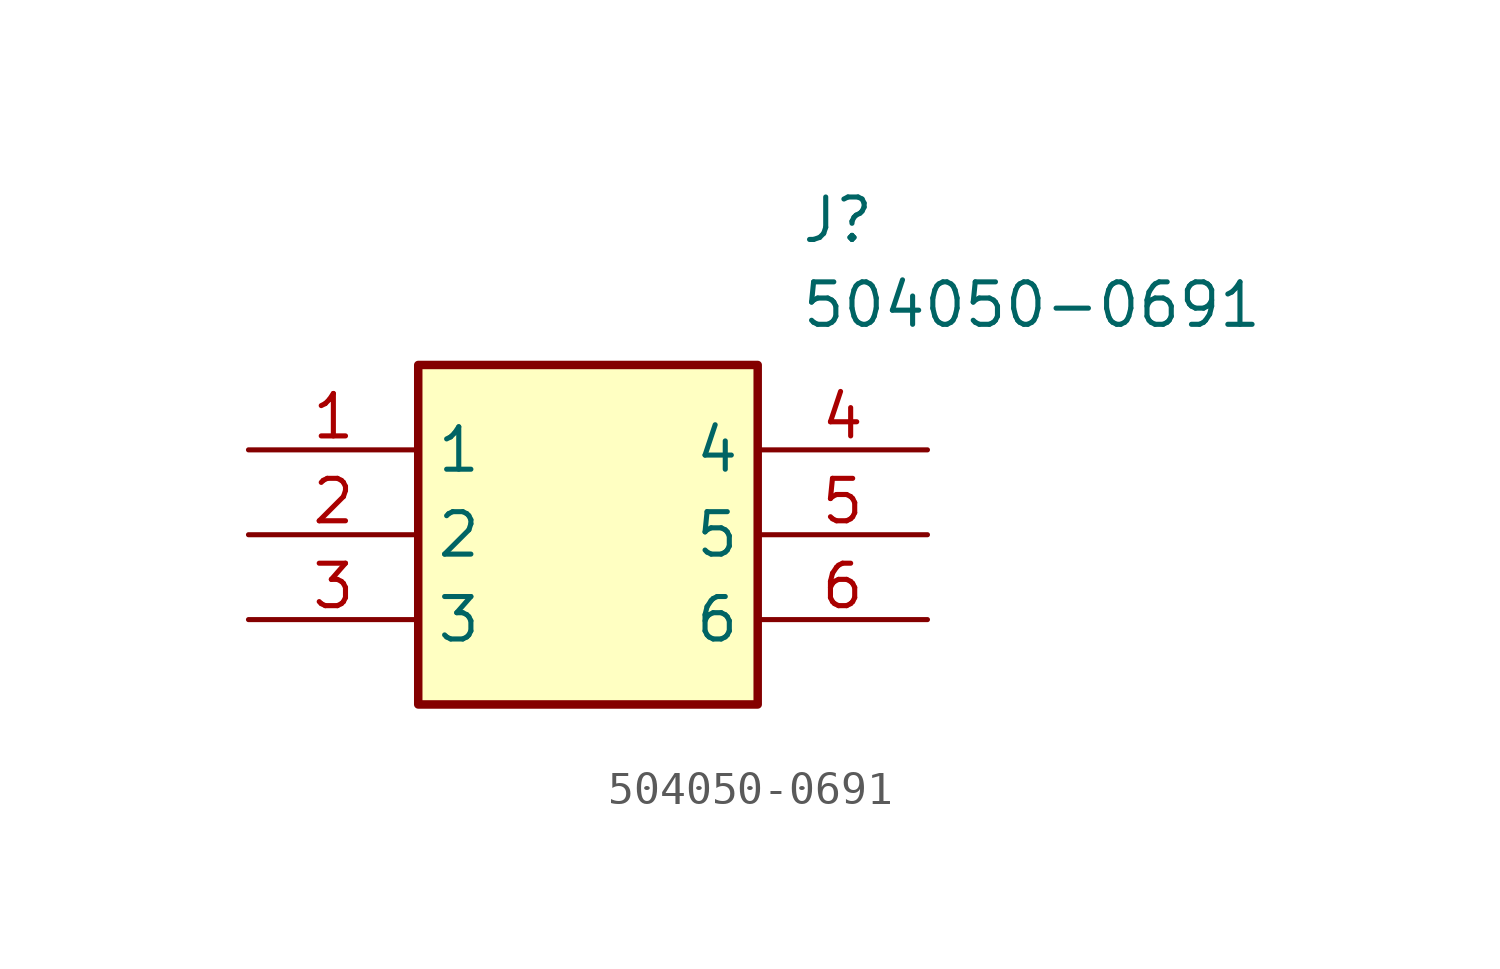
<source format=kicad_sym>
(kicad_symbol_lib
  (version 20211014)
  (generator SamacSys_ECAD_Model)
  (symbol "504050-0691"
    (property "Reference" "J"
      (at 16.51 7.62 0)
      (effects (font (size 1.27 1.27)) (justify left top)))
    (property "Value" "504050-0691"
      (at 16.51 5.08 0)
      (effects (font (size 1.27 1.27)) (justify left top)))
    (rectangle
      (start 5.08 2.54)
      (end 15.24 -7.62)
      (stroke (width 0.254) (type default))
      (fill (type background)))
    (pin passive line
      (at 0 0 0)
      (length 5.08)
      (name "1" (effects (font (size 1.27 1.27))))
      (number "1" (effects (font (size 1.27 1.27)))))
    (pin passive line
      (at 0 -2.54 0)
      (length 5.08)
      (name "2" (effects (font (size 1.27 1.27))))
      (number "2" (effects (font (size 1.27 1.27)))))
    (pin passive line
      (at 0 -5.08 0)
      (length 5.08)
      (name "3" (effects (font (size 1.27 1.27))))
      (number "3" (effects (font (size 1.27 1.27)))))
    (pin passive line
      (at 20.32 0 180)
      (length 5.08)
      (name "4" (effects (font (size 1.27 1.27))))
      (number "4" (effects (font (size 1.27 1.27)))))
    (pin passive line
      (at 20.32 -2.54 180)
      (length 5.08)
      (name "5" (effects (font (size 1.27 1.27))))
      (number "5" (effects (font (size 1.27 1.27)))))
    (pin passive line
      (at 20.32 -5.08 180)
      (length 5.08)
      (name "6" (effects (font (size 1.27 1.27))))
      (number "6" (effects (font (size 1.27 1.27)))))))
</source>
